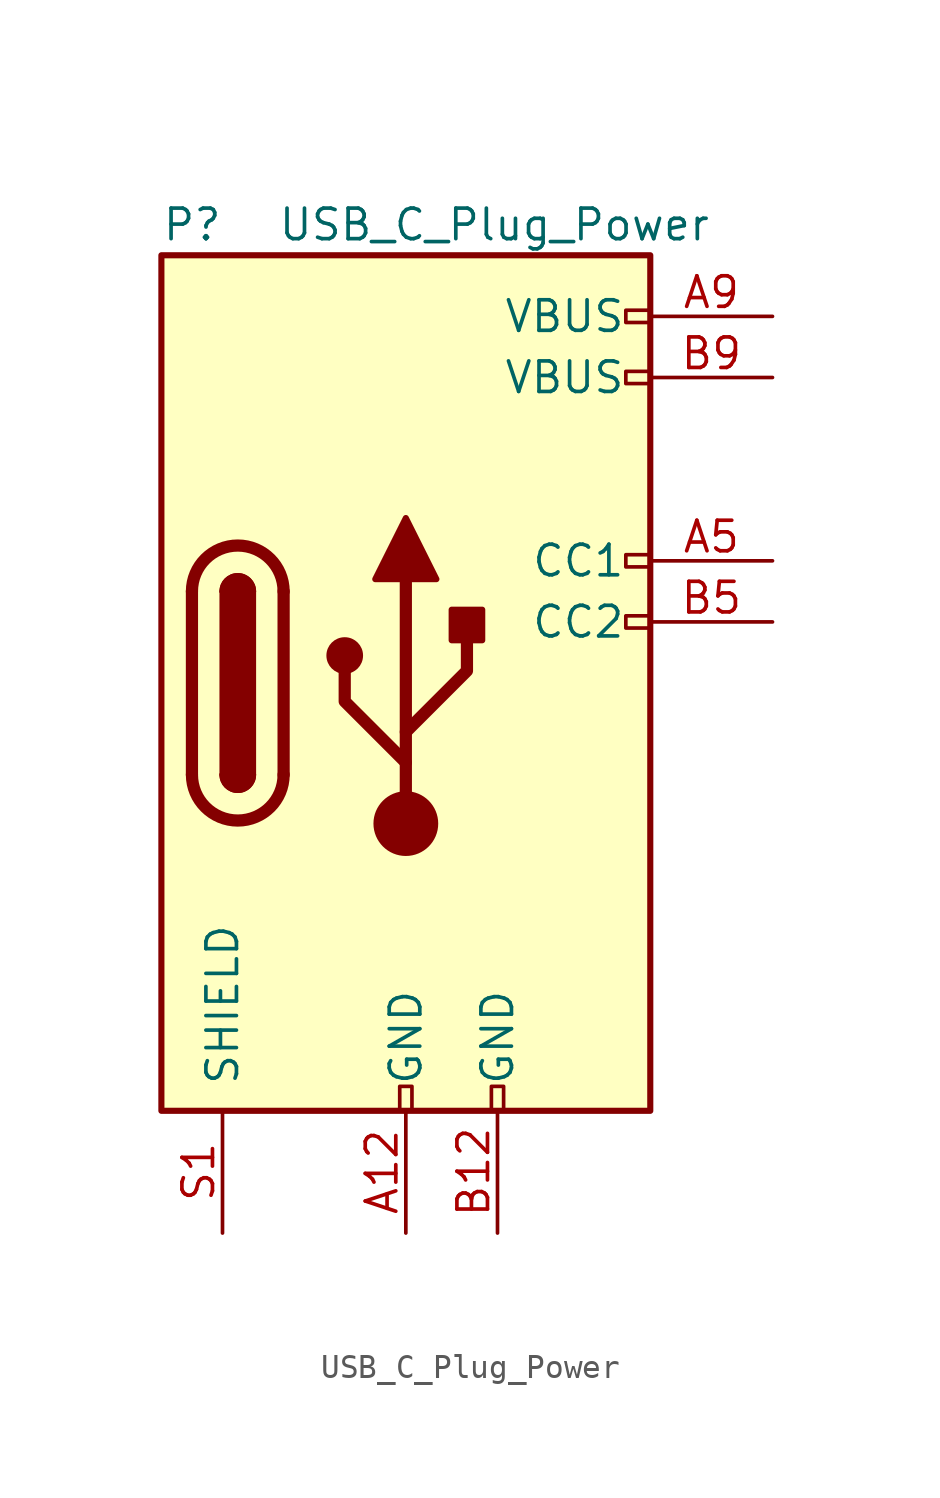
<source format=kicad_sym>
(kicad_symbol_lib
  (version 20211014)
  (generator kicad_symbol_editor)
  (symbol "USB_C_Plug_Power"
    (pin_names
      (offset 1.016))
    (property "Reference" "P"
      (at -10.16 19.05 0)
      (effects (font (size 1.27 1.27)) (justify left)))
    (property "Value" "USB_C_Plug_Power"
      (at 12.7 19.05 0)
      (effects (font (size 1.27 1.27)) (justify right)))
    (symbol "USB_C_Plug_Power_0_0"
      (rectangle (start -0.254 -17.78) (end 0.254 -16.764) (stroke (width 0) (type default) (color 0 0 0 0)) (fill (type none)))
      (rectangle (start 3.556 -17.78) (end 4.064 -16.764) (stroke (width 0) (type default) (color 0 0 0 0)) (fill (type none)))
      (rectangle (start 10.16 2.794) (end 9.144 2.286) (stroke (width 0) (type default) (color 0 0 0 0)) (fill (type none)))
      (rectangle (start 10.16 5.334) (end 9.144 4.826) (stroke (width 0) (type default) (color 0 0 0 0)) (fill (type none)))
      (rectangle (start 10.16 12.954) (end 9.144 12.446) (stroke (width 0) (type default) (color 0 0 0 0)) (fill (type none)))
      (rectangle (start 10.16 15.494) (end 9.144 14.986) (stroke (width 0) (type default) (color 0 0 0 0)) (fill (type none))))
    (symbol "USB_C_Plug_Power_0_1"
      (rectangle (start -10.16 17.78) (end 10.16 -17.78) (stroke (width 0.254) (type default) (color 0 0 0 0)) (fill (type background)))
      (arc (start -8.89 -3.81) (mid -6.985 -5.715) (end -5.08 -3.81) (stroke (width 0.508) (type default) (color 0 0 0 0)) (fill (type none)))
      (arc (start -7.62 -3.81) (mid -6.985 -4.445) (end -6.35 -3.81) (stroke (width 0.254) (type default) (color 0 0 0 0)) (fill (type none)))
      (arc (start -7.62 -3.81) (mid -6.985 -4.445) (end -6.35 -3.81) (stroke (width 0.254) (type default) (color 0 0 0 0)) (fill (type outline)))
      (rectangle (start -7.62 -3.81) (end -6.35 3.81) (stroke (width 0.254) (type default) (color 0 0 0 0)) (fill (type outline)))
      (arc (start -6.35 3.81) (mid -6.985 4.445) (end -7.62 3.81) (stroke (width 0.254) (type default) (color 0 0 0 0)) (fill (type none)))
      (arc (start -6.35 3.81) (mid -6.985 4.445) (end -7.62 3.81) (stroke (width 0.254) (type default) (color 0 0 0 0)) (fill (type outline)))
      (arc (start -5.08 3.81) (mid -6.985 5.715) (end -8.89 3.81) (stroke (width 0.508) (type default) (color 0 0 0 0)) (fill (type none)))
      (circle (center -2.54 1.143) (radius 0.635) (stroke (width 0.254) (type default) (color 0 0 0 0)) (fill (type outline)))
      (circle (center 0 -5.842) (radius 1.27) (stroke (width 0) (type default) (color 0 0 0 0)) (fill (type outline)))
      (polyline (pts (xy -8.89 -3.81) (xy -8.89 3.81)) (stroke (width 0.508) (type default) (color 0 0 0 0)) (fill (type none)))
      (polyline (pts (xy -5.08 3.81) (xy -5.08 -3.81)) (stroke (width 0.508) (type default) (color 0 0 0 0)) (fill (type none)))
      (polyline (pts (xy 0 -5.842) (xy 0 4.318)) (stroke (width 0.508) (type default) (color 0 0 0 0)) (fill (type none)))
      (polyline (pts (xy 0 -3.302) (xy -2.54 -0.762) (xy -2.54 0.508)) (stroke (width 0.508) (type default) (color 0 0 0 0)) (fill (type none)))
      (polyline (pts (xy 0 -2.032) (xy 2.54 0.508) (xy 2.54 1.778)) (stroke (width 0.508) (type default) (color 0 0 0 0)) (fill (type none)))
      (polyline (pts (xy -1.27 4.318) (xy 0 6.858) (xy 1.27 4.318) (xy -1.27 4.318)) (stroke (width 0.254) (type default) (color 0 0 0 0)) (fill (type outline)))
      (rectangle (start 1.905 1.778) (end 3.175 3.048) (stroke (width 0.254) (type default) (color 0 0 0 0)) (fill (type outline))))
    (symbol "USB_C_Plug_Power_1_1"
      (pin passive line (at 0 -22.86 90) (length 5.08) (name "GND" (effects (font (size 1.27 1.27)))) (number "A12" (effects (font (size 1.27 1.27)))))
      (pin bidirectional line (at 15.24 5.08 180) (length 5.08) (name "CC1" (effects (font (size 1.27 1.27)))) (number "A5" (effects (font (size 1.27 1.27)))))
      (pin passive line (at 15.24 15.24 180) (length 5.08) (name "VBUS" (effects (font (size 1.27 1.27)))) (number "A9" (effects (font (size 1.27 1.27)))))
      (pin passive line (at 3.81 -22.86 90) (length 5.08) (name "GND" (effects (font (size 1.27 1.27)))) (number "B12" (effects (font (size 1.27 1.27)))))
      (pin bidirectional line (at 15.24 2.54 180) (length 5.08) (name "CC2" (effects (font (size 1.27 1.27)))) (number "B5" (effects (font (size 1.27 1.27)))))
      (pin passive line (at 15.24 12.7 180) (length 5.08) (name "VBUS" (effects (font (size 1.27 1.27)))) (number "B9" (effects (font (size 1.27 1.27)))))
      (pin passive line (at -7.62 -22.86 90) (length 5.08) (name "SHIELD" (effects (font (size 1.27 1.27)))) (number "S1" (effects (font (size 1.27 1.27))))))))
</source>
